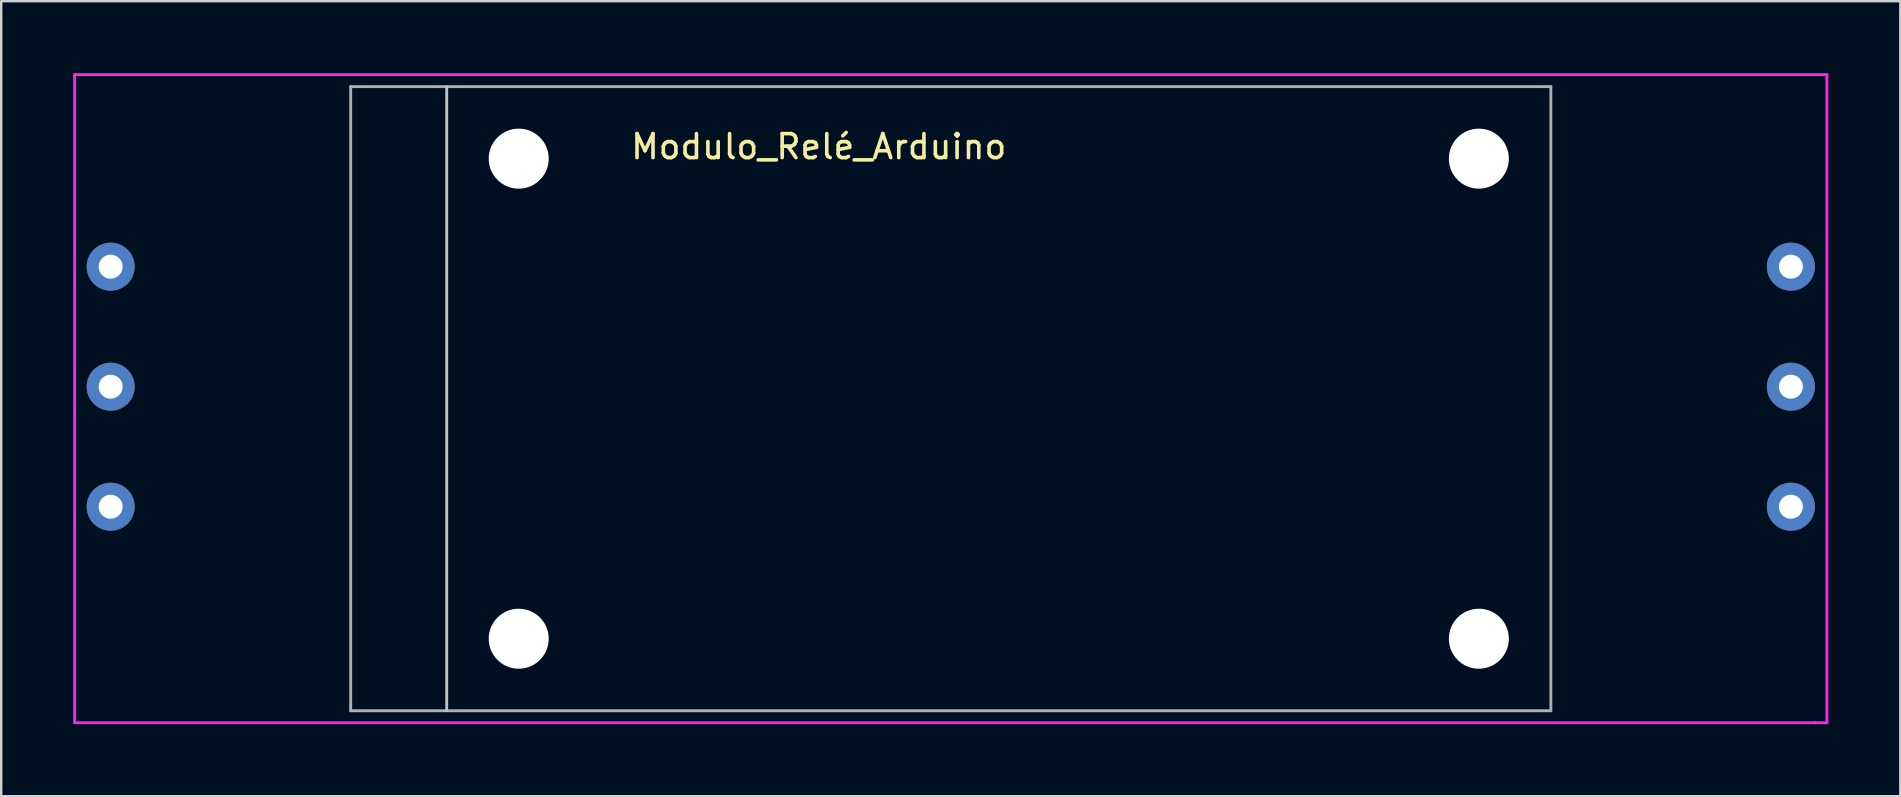
<source format=kicad_pcb>
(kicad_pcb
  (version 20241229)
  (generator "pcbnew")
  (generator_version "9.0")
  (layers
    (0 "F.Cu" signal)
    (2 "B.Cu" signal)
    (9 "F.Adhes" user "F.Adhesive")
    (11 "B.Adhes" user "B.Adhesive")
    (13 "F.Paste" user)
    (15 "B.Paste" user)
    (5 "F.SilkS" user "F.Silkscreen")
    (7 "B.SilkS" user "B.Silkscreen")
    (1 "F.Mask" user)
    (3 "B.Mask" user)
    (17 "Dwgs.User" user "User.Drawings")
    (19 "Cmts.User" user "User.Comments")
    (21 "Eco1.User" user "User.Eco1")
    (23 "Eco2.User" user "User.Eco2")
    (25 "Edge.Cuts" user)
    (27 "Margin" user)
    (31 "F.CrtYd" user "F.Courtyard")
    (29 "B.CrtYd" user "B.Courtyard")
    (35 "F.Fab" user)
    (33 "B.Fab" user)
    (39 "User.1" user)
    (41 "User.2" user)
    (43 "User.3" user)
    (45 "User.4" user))
  (footprint "Modulo_Relé_Arduino"
    (layer "F.Cu")
    (at 11.56 0.56)
    (property "Reference" "Modulo_Relé_Arduino" (at 19.5 2.5 0) (layer "F.SilkS") (effects (font (size 1 1) (thickness 0.15))))
    (attr through_hole)
    (fp_line (start 4 0) (end 4 26) (stroke (width 0.12) (type solid)) (layer "Dwgs.User"))
    (fp_line (start -11.5 -0.5) (end -11.5 26.5) (stroke (width 0.12) (type solid)) (layer "F.CrtYd"))
    (fp_line (start -11.5 26.5) (end 61 26.5) (stroke (width 0.12) (type solid)) (layer "F.CrtYd"))
    (fp_line (start 61 26.5) (end 61.5 26.5) (stroke (width 0.12) (type solid)) (layer "F.CrtYd"))
    (fp_line (start 61.5 -0.5) (end -11.5 -0.5) (stroke (width 0.12) (type solid)) (layer "F.CrtYd"))
    (fp_line (start 61.5 26.5) (end 61.5 -0.5) (stroke (width 0.12) (type solid)) (layer "F.CrtYd"))
    (fp_line (start 0 0) (end 0 26) (stroke (width 0.12) (type solid)) (layer "F.Fab"))
    (fp_line (start 0 26) (end 50 26) (stroke (width 0.12) (type solid)) (layer "F.Fab"))
    (fp_line (start 50 0) (end 0 0) (stroke (width 0.12) (type solid)) (layer "F.Fab"))
    (fp_line (start 50 26) (end 50 0) (stroke (width 0.12) (type solid)) (layer "F.Fab"))
    (pad "" np_thru_hole circle (at 7 3) (size 2.5 2.5) (drill 2.5) (layers "*.Cu" "*.Mask"))
    (pad "" np_thru_hole circle (at 7 23) (size 2.5 2.5) (drill 2.5) (layers "*.Cu" "*.Mask"))
    (pad "" np_thru_hole circle (at 47 3) (size 2.5 2.5) (drill 2.5) (layers "*.Cu" "*.Mask"))
    (pad "" np_thru_hole circle (at 47 23) (size 2.5 2.5) (drill 2.5) (layers "*.Cu" "*.Mask"))
    (pad "1" thru_hole circle (at 60 7.5) (size 2 2) (drill 1) (layers "*.Cu" "*.Mask"))
    (pad "2" thru_hole circle (at 60 12.5) (size 2 2) (drill 1) (layers "*.Cu" "*.Mask"))
    (pad "3" thru_hole circle (at 60 17.5) (size 2 2) (drill 1) (layers "*.Cu" "*.Mask"))
    (pad "4" thru_hole circle (at -10 17.5) (size 2 2) (drill 1) (layers "*.Cu" "*.Mask"))
    (pad "5" thru_hole circle (at -10 12.5) (size 2 2) (drill 1) (layers "*.Cu" "*.Mask"))
    (pad "6" thru_hole circle (at -10 7.5) (size 2 2) (drill 1) (layers "*.Cu" "*.Mask")))
  (gr_rect
    (start -3 -3)
    (end 76.12 30.12)
    (stroke (width 0.1) (type default))
    (fill no)
    (layer "Edge.Cuts")))
</source>
